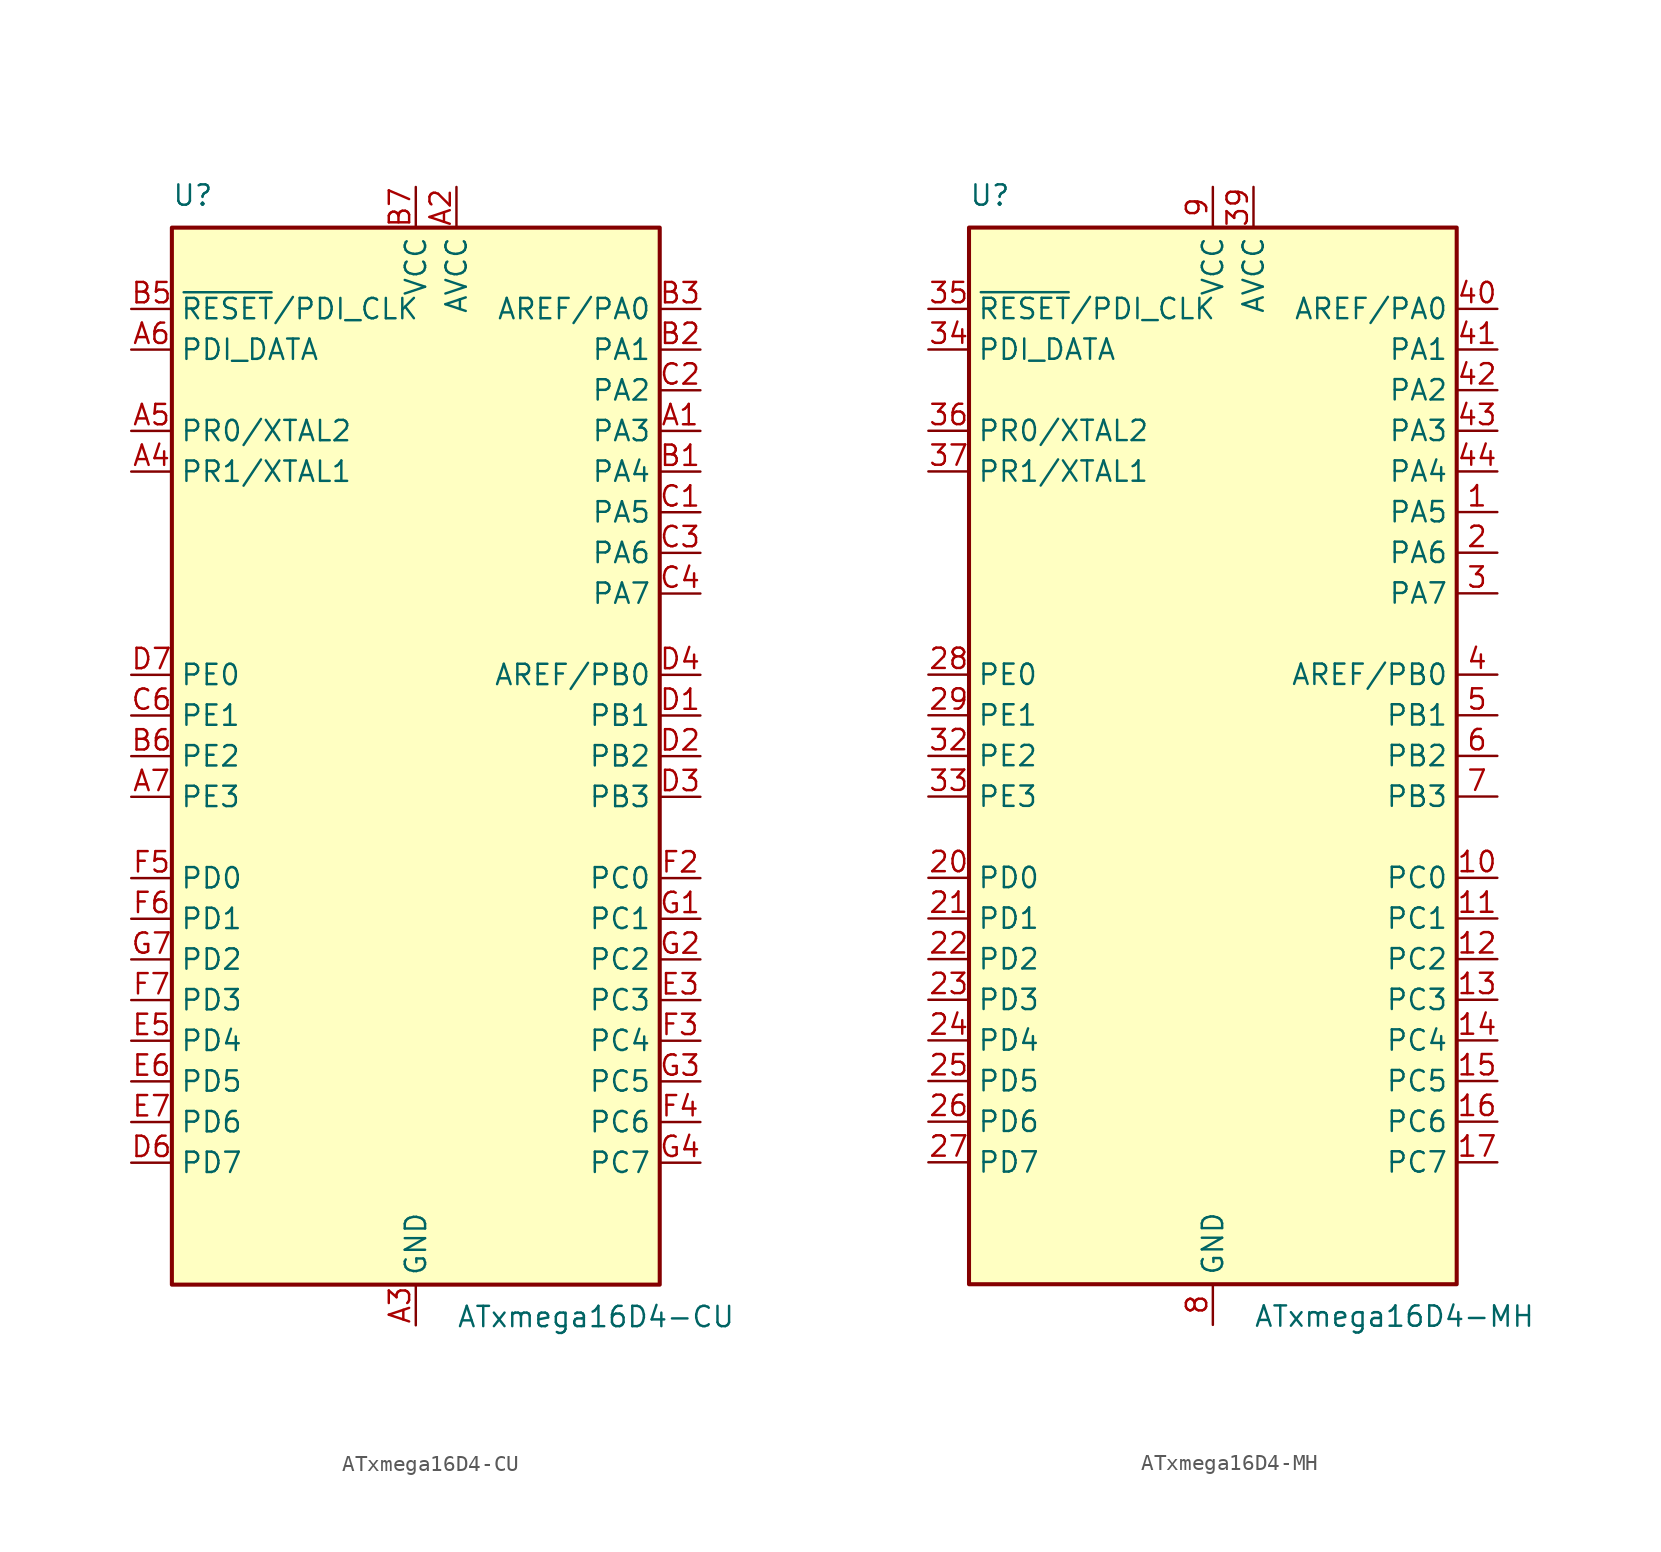
<source format=kicad_sym>
(kicad_symbol_lib
  (version 20201005)
  (generator kicad_symbol_editor)
  (symbol "ATxmega16D4-CU"
    (property "Reference" "U"
      (at -15.24 34.29 0)
      (effects (font (size 1.27 1.27)) (justify left bottom)))
    (property "Value" "ATxmega16D4-CU"
      (at 2.54 -34.29 0)
      (effects (font (size 1.27 1.27)) (justify left top)))
    (symbol "ATxmega16D4-CU_0_1"
      (rectangle (start -15.24 -33.02) (end 15.24 33.02) (stroke (width 0.254)) (fill (type background))))
    (symbol "ATxmega16D4-CU_1_1"
      (pin tri_state line (at 17.78 20.32 180) (length 2.54) (name "PA3" (effects (font (size 1.27 1.27)))) (number "A1" (effects (font (size 1.27 1.27)))))
      (pin power_in line (at 2.54 35.56 270) (length 2.54) (name "AVCC" (effects (font (size 1.27 1.27)))) (number "A2" (effects (font (size 1.27 1.27)))))
      (pin power_in line (at 0 -35.56 90) (length 2.54) (name "GND" (effects (font (size 1.27 1.27)))) (number "A3" (effects (font (size 1.27 1.27)))))
      (pin tri_state line (at -17.78 17.78 0) (length 2.54) (name "PR1/XTAL1" (effects (font (size 1.27 1.27)))) (number "A4" (effects (font (size 1.27 1.27)))))
      (pin tri_state line (at -17.78 20.32 0) (length 2.54) (name "PR0/XTAL2" (effects (font (size 1.27 1.27)))) (number "A5" (effects (font (size 1.27 1.27)))))
      (pin bidirectional line (at -17.78 25.4 0) (length 2.54) (name "PDI_DATA" (effects (font (size 1.27 1.27)))) (number "A6" (effects (font (size 1.27 1.27)))))
      (pin tri_state line (at -17.78 -2.54 0) (length 2.54) (name "PE3" (effects (font (size 1.27 1.27)))) (number "A7" (effects (font (size 1.27 1.27)))))
      (pin tri_state line (at 17.78 17.78 180) (length 2.54) (name "PA4" (effects (font (size 1.27 1.27)))) (number "B1" (effects (font (size 1.27 1.27)))))
      (pin tri_state line (at 17.78 25.4 180) (length 2.54) (name "PA1" (effects (font (size 1.27 1.27)))) (number "B2" (effects (font (size 1.27 1.27)))))
      (pin tri_state line (at 17.78 27.94 180) (length 2.54) (name "AREF/PA0" (effects (font (size 1.27 1.27)))) (number "B3" (effects (font (size 1.27 1.27)))))
      (pin passive line (at 0 -35.56 90) (length 2.54) hide (name "GND" (effects (font (size 1.27 1.27)))) (number "B4" (effects (font (size 1.27 1.27)))))
      (pin input line (at -17.78 27.94 0) (length 2.54) (name "~RESET~/PDI_CLK" (effects (font (size 1.27 1.27)))) (number "B5" (effects (font (size 1.27 1.27)))))
      (pin tri_state line (at -17.78 0 0) (length 2.54) (name "PE2" (effects (font (size 1.27 1.27)))) (number "B6" (effects (font (size 1.27 1.27)))))
      (pin power_in line (at 0 35.56 270) (length 2.54) (name "VCC" (effects (font (size 1.27 1.27)))) (number "B7" (effects (font (size 1.27 1.27)))))
      (pin tri_state line (at 17.78 15.24 180) (length 2.54) (name "PA5" (effects (font (size 1.27 1.27)))) (number "C1" (effects (font (size 1.27 1.27)))))
      (pin tri_state line (at 17.78 22.86 180) (length 2.54) (name "PA2" (effects (font (size 1.27 1.27)))) (number "C2" (effects (font (size 1.27 1.27)))))
      (pin tri_state line (at 17.78 12.7 180) (length 2.54) (name "PA6" (effects (font (size 1.27 1.27)))) (number "C3" (effects (font (size 1.27 1.27)))))
      (pin tri_state line (at 17.78 10.16 180) (length 2.54) (name "PA7" (effects (font (size 1.27 1.27)))) (number "C4" (effects (font (size 1.27 1.27)))))
      (pin passive line (at 0 -35.56 90) (length 2.54) hide (name "GND" (effects (font (size 1.27 1.27)))) (number "C5" (effects (font (size 1.27 1.27)))))
      (pin tri_state line (at -17.78 2.54 0) (length 2.54) (name "PE1" (effects (font (size 1.27 1.27)))) (number "C6" (effects (font (size 1.27 1.27)))))
      (pin passive line (at 0 -35.56 90) (length 2.54) hide (name "GND" (effects (font (size 1.27 1.27)))) (number "C7" (effects (font (size 1.27 1.27)))))
      (pin tri_state line (at 17.78 2.54 180) (length 2.54) (name "PB1" (effects (font (size 1.27 1.27)))) (number "D1" (effects (font (size 1.27 1.27)))))
      (pin tri_state line (at 17.78 0 180) (length 2.54) (name "PB2" (effects (font (size 1.27 1.27)))) (number "D2" (effects (font (size 1.27 1.27)))))
      (pin tri_state line (at 17.78 -2.54 180) (length 2.54) (name "PB3" (effects (font (size 1.27 1.27)))) (number "D3" (effects (font (size 1.27 1.27)))))
      (pin tri_state line (at 17.78 5.08 180) (length 2.54) (name "AREF/PB0" (effects (font (size 1.27 1.27)))) (number "D4" (effects (font (size 1.27 1.27)))))
      (pin passive line (at 0 -35.56 90) (length 2.54) hide (name "GND" (effects (font (size 1.27 1.27)))) (number "D5" (effects (font (size 1.27 1.27)))))
      (pin tri_state line (at -17.78 -25.4 0) (length 2.54) (name "PD7" (effects (font (size 1.27 1.27)))) (number "D6" (effects (font (size 1.27 1.27)))))
      (pin tri_state line (at -17.78 5.08 0) (length 2.54) (name "PE0" (effects (font (size 1.27 1.27)))) (number "D7" (effects (font (size 1.27 1.27)))))
      (pin passive line (at 0 -35.56 90) (length 2.54) hide (name "GND" (effects (font (size 1.27 1.27)))) (number "E1" (effects (font (size 1.27 1.27)))))
      (pin passive line (at 0 -35.56 90) (length 2.54) hide (name "GND" (effects (font (size 1.27 1.27)))) (number "E2" (effects (font (size 1.27 1.27)))))
      (pin tri_state line (at 17.78 -15.24 180) (length 2.54) (name "PC3" (effects (font (size 1.27 1.27)))) (number "E3" (effects (font (size 1.27 1.27)))))
      (pin passive line (at 0 -35.56 90) (length 2.54) hide (name "GND" (effects (font (size 1.27 1.27)))) (number "E4" (effects (font (size 1.27 1.27)))))
      (pin tri_state line (at -17.78 -17.78 0) (length 2.54) (name "PD4" (effects (font (size 1.27 1.27)))) (number "E5" (effects (font (size 1.27 1.27)))))
      (pin tri_state line (at -17.78 -20.32 0) (length 2.54) (name "PD5" (effects (font (size 1.27 1.27)))) (number "E6" (effects (font (size 1.27 1.27)))))
      (pin tri_state line (at -17.78 -22.86 0) (length 2.54) (name "PD6" (effects (font (size 1.27 1.27)))) (number "E7" (effects (font (size 1.27 1.27)))))
      (pin passive line (at 0 35.56 270) (length 2.54) hide (name "VCC" (effects (font (size 1.27 1.27)))) (number "F1" (effects (font (size 1.27 1.27)))))
      (pin tri_state line (at 17.78 -7.62 180) (length 2.54) (name "PC0" (effects (font (size 1.27 1.27)))) (number "F2" (effects (font (size 1.27 1.27)))))
      (pin tri_state line (at 17.78 -17.78 180) (length 2.54) (name "PC4" (effects (font (size 1.27 1.27)))) (number "F3" (effects (font (size 1.27 1.27)))))
      (pin tri_state line (at 17.78 -22.86 180) (length 2.54) (name "PC6" (effects (font (size 1.27 1.27)))) (number "F4" (effects (font (size 1.27 1.27)))))
      (pin tri_state line (at -17.78 -7.62 0) (length 2.54) (name "PD0" (effects (font (size 1.27 1.27)))) (number "F5" (effects (font (size 1.27 1.27)))))
      (pin tri_state line (at -17.78 -10.16 0) (length 2.54) (name "PD1" (effects (font (size 1.27 1.27)))) (number "F6" (effects (font (size 1.27 1.27)))))
      (pin tri_state line (at -17.78 -15.24 0) (length 2.54) (name "PD3" (effects (font (size 1.27 1.27)))) (number "F7" (effects (font (size 1.27 1.27)))))
      (pin tri_state line (at 17.78 -10.16 180) (length 2.54) (name "PC1" (effects (font (size 1.27 1.27)))) (number "G1" (effects (font (size 1.27 1.27)))))
      (pin tri_state line (at 17.78 -12.7 180) (length 2.54) (name "PC2" (effects (font (size 1.27 1.27)))) (number "G2" (effects (font (size 1.27 1.27)))))
      (pin tri_state line (at 17.78 -20.32 180) (length 2.54) (name "PC5" (effects (font (size 1.27 1.27)))) (number "G3" (effects (font (size 1.27 1.27)))))
      (pin tri_state line (at 17.78 -25.4 180) (length 2.54) (name "PC7" (effects (font (size 1.27 1.27)))) (number "G4" (effects (font (size 1.27 1.27)))))
      (pin passive line (at 0 -35.56 90) (length 2.54) hide (name "GND" (effects (font (size 1.27 1.27)))) (number "G5" (effects (font (size 1.27 1.27)))))
      (pin passive line (at 0 35.56 270) (length 2.54) hide (name "VCC" (effects (font (size 1.27 1.27)))) (number "G6" (effects (font (size 1.27 1.27)))))
      (pin tri_state line (at -17.78 -12.7 0) (length 2.54) (name "PD2" (effects (font (size 1.27 1.27)))) (number "G7" (effects (font (size 1.27 1.27)))))))
  (symbol "ATxmega16D4-MH"
    (property "Reference" "U"
      (at -15.24 34.29 0)
      (effects (font (size 1.27 1.27)) (justify left bottom)))
    (property "Value" "ATxmega16D4-MH"
      (at 2.54 -34.29 0)
      (effects (font (size 1.27 1.27)) (justify left top)))
    (symbol "ATxmega16D4-MH_0_1"
      (rectangle (start -15.24 -33.02) (end 15.24 33.02) (stroke (width 0.254)) (fill (type background))))
    (symbol "ATxmega16D4-MH_1_1"
      (pin tri_state line (at 17.78 15.24 180) (length 2.54) (name "PA5" (effects (font (size 1.27 1.27)))) (number "1" (effects (font (size 1.27 1.27)))))
      (pin tri_state line (at 17.78 -7.62 180) (length 2.54) (name "PC0" (effects (font (size 1.27 1.27)))) (number "10" (effects (font (size 1.27 1.27)))))
      (pin tri_state line (at 17.78 -10.16 180) (length 2.54) (name "PC1" (effects (font (size 1.27 1.27)))) (number "11" (effects (font (size 1.27 1.27)))))
      (pin tri_state line (at 17.78 -12.7 180) (length 2.54) (name "PC2" (effects (font (size 1.27 1.27)))) (number "12" (effects (font (size 1.27 1.27)))))
      (pin tri_state line (at 17.78 -15.24 180) (length 2.54) (name "PC3" (effects (font (size 1.27 1.27)))) (number "13" (effects (font (size 1.27 1.27)))))
      (pin tri_state line (at 17.78 -17.78 180) (length 2.54) (name "PC4" (effects (font (size 1.27 1.27)))) (number "14" (effects (font (size 1.27 1.27)))))
      (pin tri_state line (at 17.78 -20.32 180) (length 2.54) (name "PC5" (effects (font (size 1.27 1.27)))) (number "15" (effects (font (size 1.27 1.27)))))
      (pin tri_state line (at 17.78 -22.86 180) (length 2.54) (name "PC6" (effects (font (size 1.27 1.27)))) (number "16" (effects (font (size 1.27 1.27)))))
      (pin tri_state line (at 17.78 -25.4 180) (length 2.54) (name "PC7" (effects (font (size 1.27 1.27)))) (number "17" (effects (font (size 1.27 1.27)))))
      (pin passive line (at 0 -35.56 90) (length 2.54) hide (name "GND" (effects (font (size 1.27 1.27)))) (number "18" (effects (font (size 1.27 1.27)))))
      (pin passive line (at 0 35.56 270) (length 2.54) hide (name "VCC" (effects (font (size 1.27 1.27)))) (number "19" (effects (font (size 1.27 1.27)))))
      (pin tri_state line (at 17.78 12.7 180) (length 2.54) (name "PA6" (effects (font (size 1.27 1.27)))) (number "2" (effects (font (size 1.27 1.27)))))
      (pin tri_state line (at -17.78 -7.62 0) (length 2.54) (name "PD0" (effects (font (size 1.27 1.27)))) (number "20" (effects (font (size 1.27 1.27)))))
      (pin tri_state line (at -17.78 -10.16 0) (length 2.54) (name "PD1" (effects (font (size 1.27 1.27)))) (number "21" (effects (font (size 1.27 1.27)))))
      (pin tri_state line (at -17.78 -12.7 0) (length 2.54) (name "PD2" (effects (font (size 1.27 1.27)))) (number "22" (effects (font (size 1.27 1.27)))))
      (pin tri_state line (at -17.78 -15.24 0) (length 2.54) (name "PD3" (effects (font (size 1.27 1.27)))) (number "23" (effects (font (size 1.27 1.27)))))
      (pin tri_state line (at -17.78 -17.78 0) (length 2.54) (name "PD4" (effects (font (size 1.27 1.27)))) (number "24" (effects (font (size 1.27 1.27)))))
      (pin tri_state line (at -17.78 -20.32 0) (length 2.54) (name "PD5" (effects (font (size 1.27 1.27)))) (number "25" (effects (font (size 1.27 1.27)))))
      (pin tri_state line (at -17.78 -22.86 0) (length 2.54) (name "PD6" (effects (font (size 1.27 1.27)))) (number "26" (effects (font (size 1.27 1.27)))))
      (pin tri_state line (at -17.78 -25.4 0) (length 2.54) (name "PD7" (effects (font (size 1.27 1.27)))) (number "27" (effects (font (size 1.27 1.27)))))
      (pin tri_state line (at -17.78 5.08 0) (length 2.54) (name "PE0" (effects (font (size 1.27 1.27)))) (number "28" (effects (font (size 1.27 1.27)))))
      (pin tri_state line (at -17.78 2.54 0) (length 2.54) (name "PE1" (effects (font (size 1.27 1.27)))) (number "29" (effects (font (size 1.27 1.27)))))
      (pin tri_state line (at 17.78 10.16 180) (length 2.54) (name "PA7" (effects (font (size 1.27 1.27)))) (number "3" (effects (font (size 1.27 1.27)))))
      (pin passive line (at 0 -35.56 90) (length 2.54) hide (name "GND" (effects (font (size 1.27 1.27)))) (number "30" (effects (font (size 1.27 1.27)))))
      (pin passive line (at 0 35.56 270) (length 2.54) hide (name "VCC" (effects (font (size 1.27 1.27)))) (number "31" (effects (font (size 1.27 1.27)))))
      (pin tri_state line (at -17.78 0 0) (length 2.54) (name "PE2" (effects (font (size 1.27 1.27)))) (number "32" (effects (font (size 1.27 1.27)))))
      (pin tri_state line (at -17.78 -2.54 0) (length 2.54) (name "PE3" (effects (font (size 1.27 1.27)))) (number "33" (effects (font (size 1.27 1.27)))))
      (pin bidirectional line (at -17.78 25.4 0) (length 2.54) (name "PDI_DATA" (effects (font (size 1.27 1.27)))) (number "34" (effects (font (size 1.27 1.27)))))
      (pin input line (at -17.78 27.94 0) (length 2.54) (name "~RESET~/PDI_CLK" (effects (font (size 1.27 1.27)))) (number "35" (effects (font (size 1.27 1.27)))))
      (pin tri_state line (at -17.78 20.32 0) (length 2.54) (name "PR0/XTAL2" (effects (font (size 1.27 1.27)))) (number "36" (effects (font (size 1.27 1.27)))))
      (pin tri_state line (at -17.78 17.78 0) (length 2.54) (name "PR1/XTAL1" (effects (font (size 1.27 1.27)))) (number "37" (effects (font (size 1.27 1.27)))))
      (pin passive line (at 0 -35.56 90) (length 2.54) hide (name "GND" (effects (font (size 1.27 1.27)))) (number "38" (effects (font (size 1.27 1.27)))))
      (pin power_in line (at 2.54 35.56 270) (length 2.54) (name "AVCC" (effects (font (size 1.27 1.27)))) (number "39" (effects (font (size 1.27 1.27)))))
      (pin tri_state line (at 17.78 5.08 180) (length 2.54) (name "AREF/PB0" (effects (font (size 1.27 1.27)))) (number "4" (effects (font (size 1.27 1.27)))))
      (pin tri_state line (at 17.78 27.94 180) (length 2.54) (name "AREF/PA0" (effects (font (size 1.27 1.27)))) (number "40" (effects (font (size 1.27 1.27)))))
      (pin tri_state line (at 17.78 25.4 180) (length 2.54) (name "PA1" (effects (font (size 1.27 1.27)))) (number "41" (effects (font (size 1.27 1.27)))))
      (pin tri_state line (at 17.78 22.86 180) (length 2.54) (name "PA2" (effects (font (size 1.27 1.27)))) (number "42" (effects (font (size 1.27 1.27)))))
      (pin tri_state line (at 17.78 20.32 180) (length 2.54) (name "PA3" (effects (font (size 1.27 1.27)))) (number "43" (effects (font (size 1.27 1.27)))))
      (pin tri_state line (at 17.78 17.78 180) (length 2.54) (name "PA4" (effects (font (size 1.27 1.27)))) (number "44" (effects (font (size 1.27 1.27)))))
      (pin passive line (at 0 -35.56 90) (length 2.54) hide (name "GND" (effects (font (size 1.27 1.27)))) (number "45" (effects (font (size 1.27 1.27)))))
      (pin tri_state line (at 17.78 2.54 180) (length 2.54) (name "PB1" (effects (font (size 1.27 1.27)))) (number "5" (effects (font (size 1.27 1.27)))))
      (pin tri_state line (at 17.78 0 180) (length 2.54) (name "PB2" (effects (font (size 1.27 1.27)))) (number "6" (effects (font (size 1.27 1.27)))))
      (pin tri_state line (at 17.78 -2.54 180) (length 2.54) (name "PB3" (effects (font (size 1.27 1.27)))) (number "7" (effects (font (size 1.27 1.27)))))
      (pin power_in line (at 0 -35.56 90) (length 2.54) (name "GND" (effects (font (size 1.27 1.27)))) (number "8" (effects (font (size 1.27 1.27)))))
      (pin power_in line (at 0 35.56 270) (length 2.54) (name "VCC" (effects (font (size 1.27 1.27)))) (number "9" (effects (font (size 1.27 1.27))))))))
</source>
